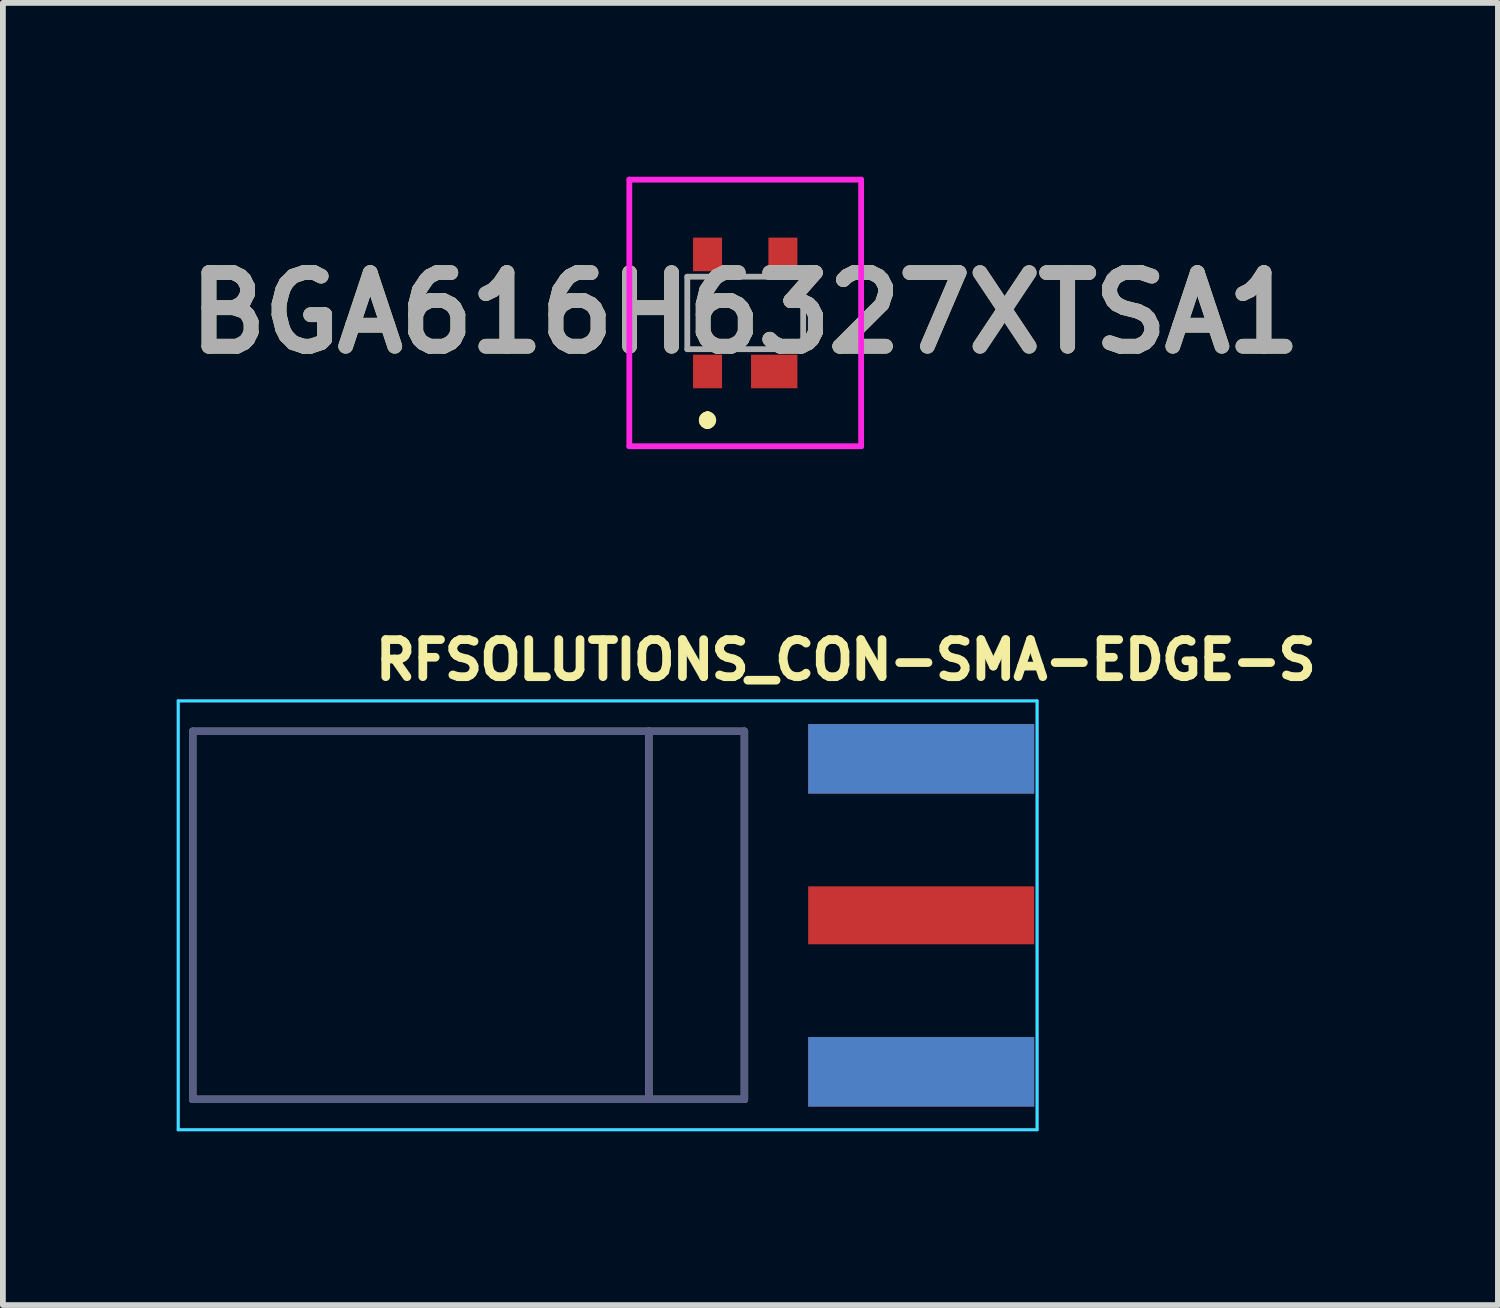
<source format=kicad_pcb>
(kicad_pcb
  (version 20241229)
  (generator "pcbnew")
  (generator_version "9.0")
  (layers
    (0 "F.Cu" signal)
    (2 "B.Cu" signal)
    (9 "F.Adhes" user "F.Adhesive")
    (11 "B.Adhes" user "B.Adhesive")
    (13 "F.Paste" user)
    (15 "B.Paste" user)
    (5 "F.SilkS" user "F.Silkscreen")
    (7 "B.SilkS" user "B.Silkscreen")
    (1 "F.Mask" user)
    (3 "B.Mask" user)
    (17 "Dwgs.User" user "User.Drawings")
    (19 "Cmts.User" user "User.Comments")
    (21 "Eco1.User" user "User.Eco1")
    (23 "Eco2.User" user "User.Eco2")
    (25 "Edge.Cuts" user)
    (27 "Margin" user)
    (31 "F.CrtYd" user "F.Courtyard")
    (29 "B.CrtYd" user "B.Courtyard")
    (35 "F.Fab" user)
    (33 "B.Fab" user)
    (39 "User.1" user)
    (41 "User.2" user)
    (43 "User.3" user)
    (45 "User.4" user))
  (footprint "RFSOLUTIONS_CON-SMA-EDGE-S"
    (layer "F.Cu")
    (at 11.545 12.744)
    (property "Reference" "RFSOLUTIONS_CON-SMA-EDGE-S" (at 0 -4.406 0) (layer "F.SilkS") (effects (font (size 0.64 0.64) (thickness 0.15))))
    (attr smd)
    (fp_line (start -11.52 -3.7) (end -11.52 3.7) (stroke (width 0.05) (type solid)) (layer "B.CrtYd"))
    (fp_line (start -11.52 3.7) (end 3.3 3.7) (stroke (width 0.05) (type solid)) (layer "B.CrtYd"))
    (fp_line (start 3.3 -3.7) (end -11.52 -3.7) (stroke (width 0.05) (type solid)) (layer "B.CrtYd"))
    (fp_line (start 3.3 3.7) (end 3.3 -3.7) (stroke (width 0.05) (type solid)) (layer "B.CrtYd"))
    (fp_line (start -11.52 -3.7) (end 3.3 -3.7) (stroke (width 0.05) (type solid)) (layer "F.CrtYd"))
    (fp_line (start -11.52 3.7) (end -11.52 -3.7) (stroke (width 0.05) (type solid)) (layer "F.CrtYd"))
    (fp_line (start 3.3 -3.7) (end 3.3 3.7) (stroke (width 0.05) (type solid)) (layer "F.CrtYd"))
    (fp_line (start 3.3 3.7) (end -11.52 3.7) (stroke (width 0.05) (type solid)) (layer "F.CrtYd"))
    (fp_line (start -11.27 -3.175) (end -3.4 -3.175) (stroke (width 0.127) (type solid)) (layer "B.Fab"))
    (fp_line (start -11.27 3.175) (end -11.27 -3.175) (stroke (width 0.127) (type solid)) (layer "B.Fab"))
    (fp_line (start -3.4 -3.175) (end -3.4 3.175) (stroke (width 0.127) (type solid)) (layer "B.Fab"))
    (fp_line (start -3.4 3.175) (end -11.27 3.175) (stroke (width 0.127) (type solid)) (layer "B.Fab"))
    (fp_line (start -3.4 3.175) (end -1.75 3.175) (stroke (width 0.127) (type solid)) (layer "B.Fab"))
    (fp_line (start -1.75 -3.175) (end -3.4 -3.175) (stroke (width 0.127) (type solid)) (layer "B.Fab"))
    (fp_line (start -1.75 3.175) (end -1.75 -3.175) (stroke (width 0.127) (type solid)) (layer "B.Fab"))
    (fp_line (start -11.27 -3.175) (end -11.27 3.175) (stroke (width 0.127) (type solid)) (layer "F.Fab"))
    (fp_line (start -11.27 3.175) (end -3.4 3.175) (stroke (width 0.127) (type solid)) (layer "F.Fab"))
    (fp_line (start -3.4 -3.175) (end -11.27 -3.175) (stroke (width 0.127) (type solid)) (layer "F.Fab"))
    (fp_line (start -3.4 -3.175) (end -1.75 -3.175) (stroke (width 0.127) (type solid)) (layer "F.Fab"))
    (fp_line (start -3.4 3.175) (end -3.4 -3.175) (stroke (width 0.127) (type solid)) (layer "F.Fab"))
    (fp_line (start -1.75 -3.175) (end -1.75 3.175) (stroke (width 0.127) (type solid)) (layer "F.Fab"))
    (fp_line (start -1.75 3.175) (end -3.4 3.175) (stroke (width 0.127) (type solid)) (layer "F.Fab"))
    (pad "1" smd rect (at 1.3 0) (size 3.9 1) (layers "F.Cu" "F.Mask" "F.Paste"))
    (pad "2" smd rect (at 1.3 -2.7) (size 3.9 1.2) (layers "F.Cu" "F.Mask" "F.Paste"))
    (pad "2" smd rect (at 1.3 -2.7) (size 3.9 1.2) (layers "B.Cu" "B.Mask" "B.Paste"))
    (pad "2" smd rect (at 1.3 2.7) (size 3.9 1.2) (layers "F.Cu" "F.Mask" "F.Paste"))
    (pad "2" smd rect (at 1.3 2.7) (size 3.9 1.2) (layers "B.Cu" "B.Mask" "B.Paste")))
  (footprint "BGA616H6327XTSA1"
    (layer "F.Cu")
    (at 9.809 2.35)
    (property "Reference" "BGA616H6327XTSA1" (at 0 0 0) (layer "F.SilkS") (effects (font (size 1.27 1.27) (thickness 0.254))))
    (attr smd)
    (fp_line (start -0.65 1.8) (end -0.65 1.8) (stroke (width 0.2) (type solid)) (layer "F.SilkS"))
    (fp_line (start -0.65 1.8) (end -0.65 1.8) (stroke (width 0.2) (type solid)) (layer "F.SilkS"))
    (fp_line (start -0.65 1.9) (end -0.65 1.9) (stroke (width 0.2) (type solid)) (layer "F.SilkS"))
    (fp_arc (start -0.65 1.8) (mid -0.6 1.85) (end -0.65 1.9) (stroke (width 0.2) (type solid)) (layer "F.SilkS"))
    (fp_arc (start -0.65 1.9) (mid -0.7 1.85) (end -0.65 1.8) (stroke (width 0.2) (type solid)) (layer "F.SilkS"))
    (fp_arc (start -0.65 1.9) (mid -0.7 1.85) (end -0.65 1.8) (stroke (width 0.2) (type solid)) (layer "F.SilkS"))
    (fp_line (start -2 -2.3) (end 2 -2.3) (stroke (width 0.1) (type solid)) (layer "F.CrtYd"))
    (fp_line (start -2 2.3) (end -2 -2.3) (stroke (width 0.1) (type solid)) (layer "F.CrtYd"))
    (fp_line (start 2 -2.3) (end 2 2.3) (stroke (width 0.1) (type solid)) (layer "F.CrtYd"))
    (fp_line (start 2 2.3) (end -2 2.3) (stroke (width 0.1) (type solid)) (layer "F.CrtYd"))
    (fp_line (start -1 -0.625) (end -1 0.625) (stroke (width 0.1) (type solid)) (layer "F.Fab"))
    (fp_line (start -1 0.625) (end 1 0.625) (stroke (width 0.1) (type solid)) (layer "F.Fab"))
    (fp_line (start 1 -0.625) (end -1 -0.625) (stroke (width 0.1) (type solid)) (layer "F.Fab"))
    (fp_line (start 1 0.625) (end 1 -0.625) (stroke (width 0.1) (type solid)) (layer "F.Fab"))
    (fp_text user "${REFERENCE}" (at 0 0 0) (layer "F.Fab") (effects (font (size 1.27 1.27) (thickness 0.254))))
    (pad "1" smd rect (at -0.65 1.01) (size 0.5 0.58) (layers "F.Cu" "F.Mask" "F.Paste"))
    (pad "2" smd rect (at 0.5 1.01 90) (size 0.58 0.8) (layers "F.Cu" "F.Mask" "F.Paste"))
    (pad "3" smd rect (at 0.65 -1.01) (size 0.5 0.58) (layers "F.Cu" "F.Mask" "F.Paste"))
    (pad "4" smd rect (at -0.65 -1.01) (size 0.5 0.58) (layers "F.Cu" "F.Mask" "F.Paste")))
  (gr_rect
    (start -3 -3)
    (end 22.797 19.469)
    (stroke (width 0.1) (type default))
    (fill no)
    (layer "Edge.Cuts")))
</source>
